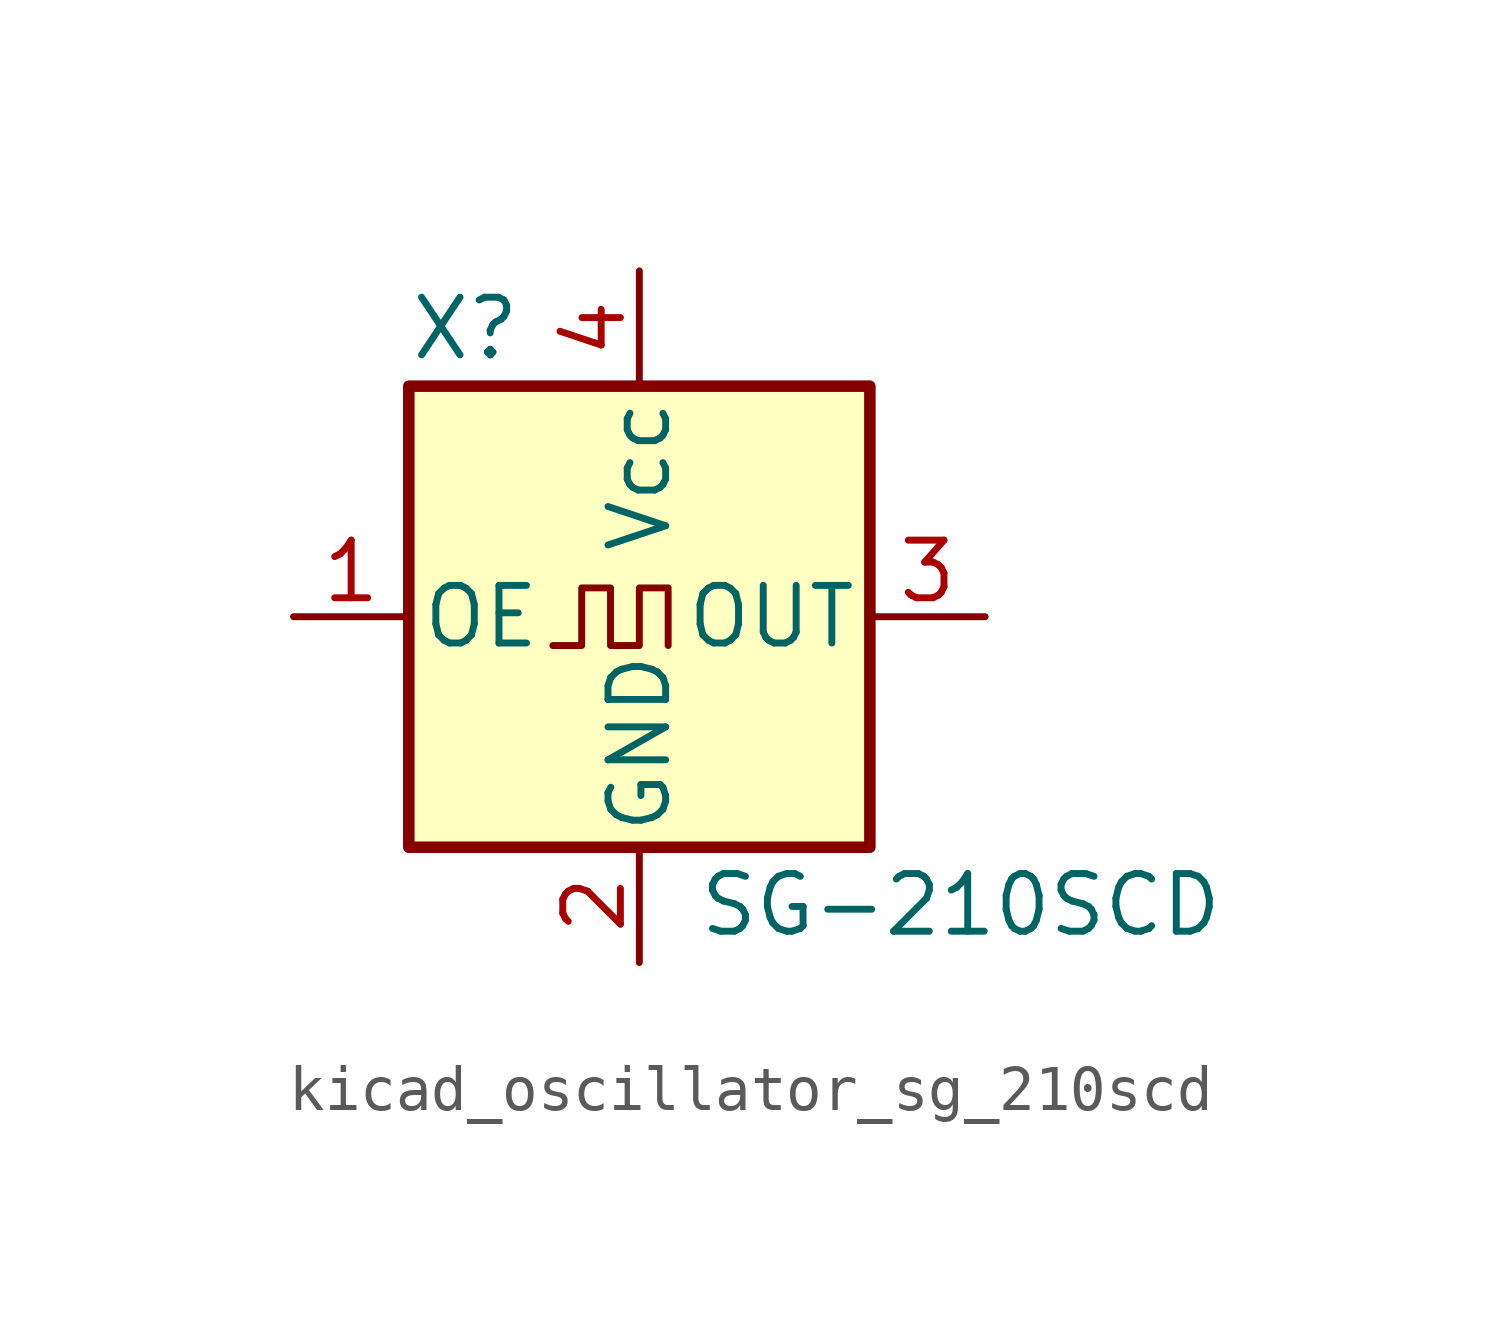
<source format=kicad_sym>
(kicad_symbol_lib
  (version 20220914)
  (generator kicad_symbol_editor)
  (symbol "kicad_oscillator_sg_210scd"
    (pin_names
      (offset 0.254))
    (property "Reference" "X"
      (at -5.08 6.35 0)
      (effects (font (size 1.27 1.27)) (justify left)))
    (property "Value" "SG-210SCD"
      (at 1.27 -6.35 0)
      (effects (font (size 1.27 1.27)) (justify left)))
    (symbol "kicad_oscillator_sg_210scd_0_1"
      (rectangle (start -5.08 5.08) (end 5.08 -5.08) (stroke (width 0.254) (type default)) (fill (type background)))
      (polyline (pts (xy -1.905 -0.635) (xy -1.27 -0.635) (xy -1.27 0.635) (xy -0.635 0.635) (xy -0.635 -0.635) (xy 0 -0.635) (xy 0 0.635) (xy 0.635 0.635) (xy 0.635 -0.635)) (stroke (width 0) (type default)) (fill (type none))))
    (symbol "kicad_oscillator_sg_210scd_1_1"
      (pin input line (at -7.62 0 0) (length 2.54) (name "OE" (effects (font (size 1.27 1.27)))) (number "1" (effects (font (size 1.27 1.27)))))
      (pin power_in line (at 0 -7.62 90) (length 2.54) (name "GND" (effects (font (size 1.27 1.27)))) (number "2" (effects (font (size 1.27 1.27)))))
      (pin output line (at 7.62 0 180) (length 2.54) (name "OUT" (effects (font (size 1.27 1.27)))) (number "3" (effects (font (size 1.27 1.27)))))
      (pin power_in line (at 0 7.62 270) (length 2.54) (name "Vcc" (effects (font (size 1.27 1.27)))) (number "4" (effects (font (size 1.27 1.27))))))))
</source>
